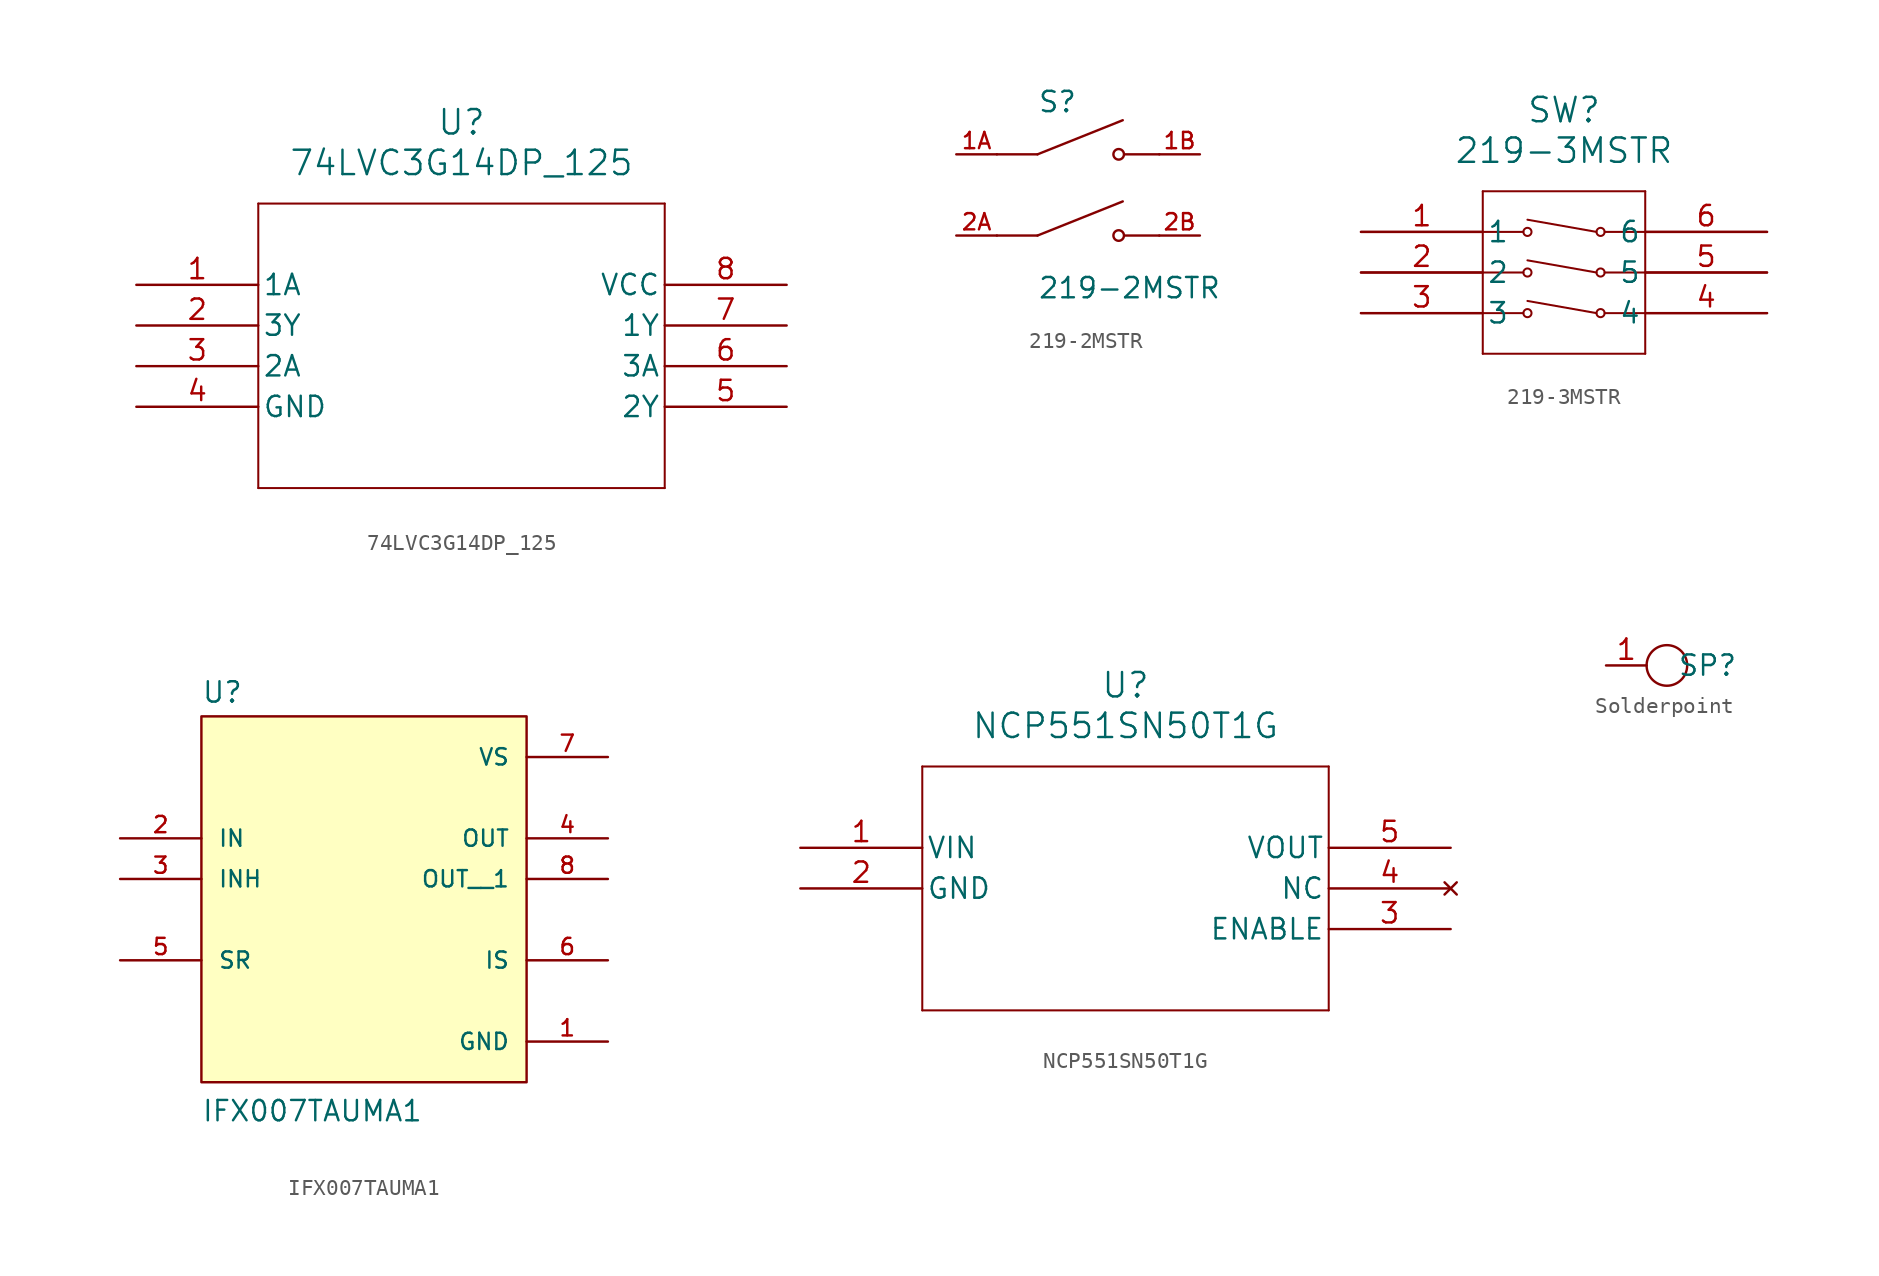
<source format=kicad_sym>
(kicad_symbol_lib
  (version 20220914)
  (generator kicad_symbol_editor)
  (symbol "74LVC3G14DP_125"
    (pin_names
      (offset 0.254))
    (property "Reference" "U"
      (at 20.32 10.16 0)
      (effects (font (size 1.524 1.524))))
    (property "Value" "74LVC3G14DP_125"
      (at 20.32 7.62 0)
      (effects (font (size 1.524 1.524))))
    (property "ki_locked" ""
      (at 0 0 0)
      (effects (font (size 1.27 1.27))))
    (symbol "74LVC3G14DP_125_0_1"
      (polyline (pts (xy 7.62 -12.7) (xy 33.02 -12.7)) (stroke (width 0.127) (type default)) (fill (type none)))
      (polyline (pts (xy 7.62 5.08) (xy 7.62 -12.7)) (stroke (width 0.127) (type default)) (fill (type none)))
      (polyline (pts (xy 33.02 -12.7) (xy 33.02 5.08)) (stroke (width 0.127) (type default)) (fill (type none)))
      (polyline (pts (xy 33.02 5.08) (xy 7.62 5.08)) (stroke (width 0.127) (type default)) (fill (type none)))
      (pin input line (at 0 0 0) (length 7.62) (name "1A" (effects (font (size 1.27 1.27)))) (number "1" (effects (font (size 1.27 1.27)))))
      (pin output line (at 0 -2.54 0) (length 7.62) (name "3Y" (effects (font (size 1.27 1.27)))) (number "2" (effects (font (size 1.27 1.27)))))
      (pin input line (at 0 -5.08 0) (length 7.62) (name "2A" (effects (font (size 1.27 1.27)))) (number "3" (effects (font (size 1.27 1.27)))))
      (pin power_out line (at 0 -7.62 0) (length 7.62) (name "GND" (effects (font (size 1.27 1.27)))) (number "4" (effects (font (size 1.27 1.27)))))
      (pin output line (at 40.64 -7.62 180) (length 7.62) (name "2Y" (effects (font (size 1.27 1.27)))) (number "5" (effects (font (size 1.27 1.27)))))
      (pin input line (at 40.64 -5.08 180) (length 7.62) (name "3A" (effects (font (size 1.27 1.27)))) (number "6" (effects (font (size 1.27 1.27)))))
      (pin output line (at 40.64 -2.54 180) (length 7.62) (name "1Y" (effects (font (size 1.27 1.27)))) (number "7" (effects (font (size 1.27 1.27)))))
      (pin power_in line (at 40.64 0 180) (length 7.62) (name "VCC" (effects (font (size 1.27 1.27)))) (number "8" (effects (font (size 1.27 1.27)))))))
  (symbol "219-2MSTR"
    (pin_names
      (offset 1.016))
    (property "Reference" "S"
      (at -2.54 5.08 0)
      (effects (font (size 1.27 1.27)) (justify left bottom)))
    (property "Value" "219-2MSTR"
      (at -2.54 -5.08 0)
      (effects (font (size 1.27 1.27)) (justify left top)))
    (symbol "219-2MSTR_0_0"
      (polyline (pts (xy -2.54 -2.54) (xy -5.08 -2.54)) (stroke (width 0.152) (type default)) (fill (type none)))
      (polyline (pts (xy -2.54 -2.54) (xy 2.794 -0.406)) (stroke (width 0.152) (type default)) (fill (type none)))
      (polyline (pts (xy -2.54 2.54) (xy -5.08 2.54)) (stroke (width 0.152) (type default)) (fill (type none)))
      (polyline (pts (xy -2.54 2.54) (xy 2.794 4.674)) (stroke (width 0.152) (type default)) (fill (type none)))
      (polyline (pts (xy 5.08 -2.54) (xy 2.921 -2.54)) (stroke (width 0.152) (type default)) (fill (type none)))
      (polyline (pts (xy 5.08 2.54) (xy 2.921 2.54)) (stroke (width 0.152) (type default)) (fill (type none)))
      (circle (center 2.54 -2.54) (radius 0.33) (stroke (width 0.152) (type default)) (fill (type none)))
      (circle (center 2.54 2.54) (radius 0.33) (stroke (width 0.152) (type default)) (fill (type none)))
      (pin passive line (at -7.62 2.54 0) (length 2.54) (name "~" (effects (font (size 1.016 1.016)))) (number "1A" (effects (font (size 1.016 1.016)))))
      (pin passive line (at 7.62 2.54 180) (length 2.54) (name "~" (effects (font (size 1.016 1.016)))) (number "1B" (effects (font (size 1.016 1.016)))))
      (pin passive line (at -7.62 -2.54 0) (length 2.54) (name "~" (effects (font (size 1.016 1.016)))) (number "2A" (effects (font (size 1.016 1.016)))))
      (pin passive line (at 7.62 -2.54 180) (length 2.54) (name "~" (effects (font (size 1.016 1.016)))) (number "2B" (effects (font (size 1.016 1.016)))))))
  (symbol "219-3MSTR"
    (pin_names
      (offset 0.254))
    (property "Reference" "SW"
      (at 12.7 7.62 0)
      (effects (font (size 1.524 1.524))))
    (property "Value" "219-3MSTR"
      (at 12.7 5.08 0)
      (effects (font (size 1.524 1.524))))
    (property "ki_locked" ""
      (at 0 0 0)
      (effects (font (size 1.27 1.27))))
    (symbol "219-3MSTR_0_1"
      (polyline (pts (xy 0 -5.08) (xy 10.16 -5.08)) (stroke (width 0.127) (type default)) (fill (type none)))
      (polyline (pts (xy 0 -2.54) (xy 10.16 -2.54)) (stroke (width 0.127) (type default)) (fill (type none)))
      (polyline (pts (xy 0 0) (xy 10.16 0)) (stroke (width 0.127) (type default)) (fill (type none)))
      (polyline (pts (xy 7.62 -7.62) (xy 17.78 -7.62)) (stroke (width 0.127) (type default)) (fill (type none)))
      (polyline (pts (xy 7.62 2.54) (xy 7.62 -7.62)) (stroke (width 0.127) (type default)) (fill (type none)))
      (polyline (pts (xy 14.732 -5.08) (xy 10.414 -4.318)) (stroke (width 0.127) (type default)) (fill (type none)))
      (polyline (pts (xy 14.732 -2.54) (xy 10.414 -1.778)) (stroke (width 0.127) (type default)) (fill (type none)))
      (polyline (pts (xy 14.732 0) (xy 10.414 0.762)) (stroke (width 0.127) (type default)) (fill (type none)))
      (polyline (pts (xy 15.24 -5.08) (xy 25.4 -5.08)) (stroke (width 0.127) (type default)) (fill (type none)))
      (polyline (pts (xy 15.24 -2.54) (xy 25.4 -2.54)) (stroke (width 0.127) (type default)) (fill (type none)))
      (polyline (pts (xy 15.24 0) (xy 25.4 0)) (stroke (width 0.127) (type default)) (fill (type none)))
      (polyline (pts (xy 17.78 -7.62) (xy 17.78 2.54)) (stroke (width 0.127) (type default)) (fill (type none)))
      (polyline (pts (xy 17.78 2.54) (xy 7.62 2.54)) (stroke (width 0.127) (type default)) (fill (type none)))
      (circle (center 10.414 -5.08) (radius 0.254) (stroke (width 0.127) (type default)) (fill (type none)))
      (circle (center 10.414 -2.54) (radius 0.254) (stroke (width 0.127) (type default)) (fill (type none)))
      (circle (center 10.414 0) (radius 0.254) (stroke (width 0.127) (type default)) (fill (type none)))
      (circle (center 14.986 -5.08) (radius 0.254) (stroke (width 0.127) (type default)) (fill (type none)))
      (circle (center 14.986 -2.54) (radius 0.254) (stroke (width 0.127) (type default)) (fill (type none)))
      (circle (center 14.986 0) (radius 0.254) (stroke (width 0.127) (type default)) (fill (type none)))
      (pin unspecified line (at 0 0 0) (length 7.62) (name "1" (effects (font (size 1.27 1.27)))) (number "1" (effects (font (size 1.27 1.27)))))
      (pin unspecified line (at 0 -2.54 0) (length 7.62) (name "2" (effects (font (size 1.27 1.27)))) (number "2" (effects (font (size 1.27 1.27)))))
      (pin unspecified line (at 0 -5.08 0) (length 7.62) (name "3" (effects (font (size 1.27 1.27)))) (number "3" (effects (font (size 1.27 1.27)))))
      (pin unspecified line (at 25.4 -5.08 180) (length 7.62) (name "4" (effects (font (size 1.27 1.27)))) (number "4" (effects (font (size 1.27 1.27)))))
      (pin unspecified line (at 25.4 -2.54 180) (length 7.62) (name "5" (effects (font (size 1.27 1.27)))) (number "5" (effects (font (size 1.27 1.27)))))
      (pin unspecified line (at 25.4 0 180) (length 7.62) (name "6" (effects (font (size 1.27 1.27)))) (number "6" (effects (font (size 1.27 1.27)))))))
  (symbol "IFX007TAUMA1"
    (pin_names
      (offset 1.016))
    (property "Reference" "U"
      (at -10.16 10.922 0)
      (effects (font (size 1.27 1.27)) (justify left bottom)))
    (property "Value" "IFX007TAUMA1"
      (at -10.16 -15.24 0)
      (effects (font (size 1.27 1.27)) (justify left bottom)))
    (symbol "IFX007TAUMA1_0_0"
      (rectangle (start -10.16 -12.7) (end 10.16 10.16) (stroke (width 0.152) (type default)) (fill (type background)))
      (pin power_in line (at 15.24 -10.16 180) (length 5.08) (name "GND" (effects (font (size 1.016 1.016)))) (number "1" (effects (font (size 1.016 1.016)))))
      (pin input line (at -15.24 2.54 0) (length 5.08) (name "IN" (effects (font (size 1.016 1.016)))) (number "2" (effects (font (size 1.016 1.016)))))
      (pin input line (at -15.24 0 0) (length 5.08) (name "INH" (effects (font (size 1.016 1.016)))) (number "3" (effects (font (size 1.016 1.016)))))
      (pin output line (at 15.24 2.54 180) (length 5.08) (name "OUT" (effects (font (size 1.016 1.016)))) (number "4" (effects (font (size 1.016 1.016)))))
      (pin input line (at -15.24 -5.08 0) (length 5.08) (name "SR" (effects (font (size 1.016 1.016)))) (number "5" (effects (font (size 1.016 1.016)))))
      (pin output line (at 15.24 -5.08 180) (length 5.08) (name "IS" (effects (font (size 1.016 1.016)))) (number "6" (effects (font (size 1.016 1.016)))))
      (pin power_in line (at 15.24 7.62 180) (length 5.08) (name "VS" (effects (font (size 1.016 1.016)))) (number "7" (effects (font (size 1.016 1.016)))))
      (pin output line (at 15.24 0 180) (length 5.08) (name "OUT__1" (effects (font (size 1.016 1.016)))) (number "8" (effects (font (size 1.016 1.016)))))))
  (symbol "NCP551SN50T1G"
    (pin_names
      (offset 0.254))
    (property "Reference" "U"
      (at 20.32 10.16 0)
      (effects (font (size 1.524 1.524))))
    (property "Value" "NCP551SN50T1G"
      (at 20.32 7.62 0)
      (effects (font (size 1.524 1.524))))
    (property "ki_locked" ""
      (at 0 0 0)
      (effects (font (size 1.27 1.27))))
    (symbol "NCP551SN50T1G_0_1"
      (polyline (pts (xy 7.62 -10.16) (xy 33.02 -10.16)) (stroke (width 0.127) (type default)) (fill (type none)))
      (polyline (pts (xy 7.62 5.08) (xy 7.62 -10.16)) (stroke (width 0.127) (type default)) (fill (type none)))
      (polyline (pts (xy 33.02 -10.16) (xy 33.02 5.08)) (stroke (width 0.127) (type default)) (fill (type none)))
      (polyline (pts (xy 33.02 5.08) (xy 7.62 5.08)) (stroke (width 0.127) (type default)) (fill (type none)))
      (pin input line (at 0 0 0) (length 7.62) (name "VIN" (effects (font (size 1.27 1.27)))) (number "1" (effects (font (size 1.27 1.27)))))
      (pin power_in line (at 0 -2.54 0) (length 7.62) (name "GND" (effects (font (size 1.27 1.27)))) (number "2" (effects (font (size 1.27 1.27)))))
      (pin input line (at 40.64 -5.08 180) (length 7.62) (name "ENABLE" (effects (font (size 1.27 1.27)))) (number "3" (effects (font (size 1.27 1.27)))))
      (pin no_connect line (at 40.64 -2.54 180) (length 7.62) (name "NC" (effects (font (size 1.27 1.27)))) (number "4" (effects (font (size 1.27 1.27)))))
      (pin output line (at 40.64 0 180) (length 7.62) (name "VOUT" (effects (font (size 1.27 1.27)))) (number "5" (effects (font (size 1.27 1.27)))))))
  (symbol "Solderpoint"
    (property "Reference" "SP"
      (at 6.35 0 0)
      (effects (font (size 1.27 1.27))))
    (property "Value" ""
      (at 0 0 0)
      (effects (font (size 1.27 1.27))))
    (symbol "Solderpoint_0_1"
      (circle (center 3.81 0) (radius 1.27) (stroke (width 0) (type default)) (fill (type none))))
    (symbol "Solderpoint_1_1"
      (pin passive line (at 0 0 0) (length 2.54) (name "" (effects (font (size 1.27 1.27)))) (number "1" (effects (font (size 1.27 1.27))))))))
</source>
